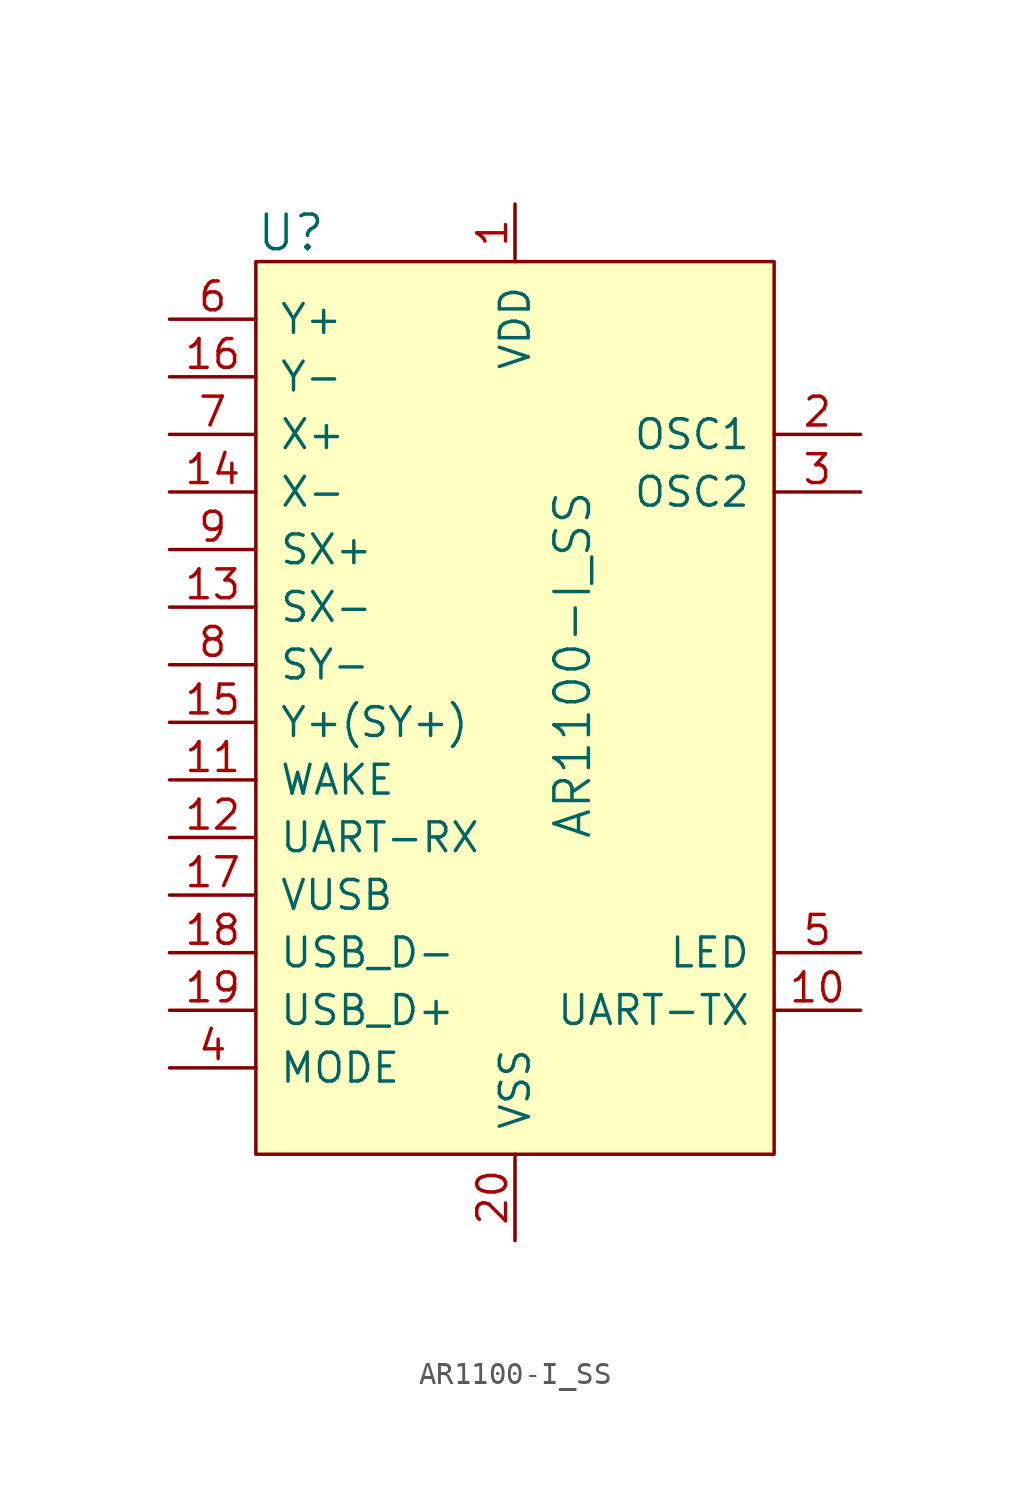
<source format=kicad_sym>
(kicad_symbol_lib
  (version 20220914)
  (generator kicad_symbol_editor)
  (symbol "AR1100-I_SS"
    (pin_names
      (offset 1.016))
    (property "Reference" "U"
      (at -11.43 19.05 0)
      (effects (font (size 1.524 1.524)) (justify left)))
    (property "Value" "AR1100-I_SS"
      (at 2.54 0 90)
      (effects (font (size 1.524 1.524))))
    (symbol "AR1100-I_SS_0_1"
      (rectangle (start -11.43 17.78) (end 11.43 -21.59) (stroke (width 0) (type default)) (fill (type background))))
    (symbol "AR1100-I_SS_1_1"
      (pin power_in line (at 0 20.32 270) (length 2.54) (name "VDD" (effects (font (size 1.27 1.27)))) (number "1" (effects (font (size 1.27 1.27)))))
      (pin output line (at 15.24 -15.24 180) (length 3.81) (name "UART-TX" (effects (font (size 1.27 1.27)))) (number "10" (effects (font (size 1.27 1.27)))))
      (pin input line (at -15.24 -5.08 0) (length 3.81) (name "WAKE" (effects (font (size 1.27 1.27)))) (number "11" (effects (font (size 1.27 1.27)))))
      (pin input line (at -15.24 -7.62 0) (length 3.81) (name "UART-RX" (effects (font (size 1.27 1.27)))) (number "12" (effects (font (size 1.27 1.27)))))
      (pin input line (at -15.24 2.54 0) (length 3.81) (name "SX-" (effects (font (size 1.27 1.27)))) (number "13" (effects (font (size 1.27 1.27)))))
      (pin input line (at -15.24 7.62 0) (length 3.81) (name "X-" (effects (font (size 1.27 1.27)))) (number "14" (effects (font (size 1.27 1.27)))))
      (pin input line (at -15.24 -2.54 0) (length 3.81) (name "Y+(SY+)" (effects (font (size 1.27 1.27)))) (number "15" (effects (font (size 1.27 1.27)))))
      (pin input line (at -15.24 12.7 0) (length 3.81) (name "Y-" (effects (font (size 1.27 1.27)))) (number "16" (effects (font (size 1.27 1.27)))))
      (pin input line (at -15.24 -10.16 0) (length 3.81) (name "VUSB" (effects (font (size 1.27 1.27)))) (number "17" (effects (font (size 1.27 1.27)))))
      (pin bidirectional line (at -15.24 -12.7 0) (length 3.81) (name "USB_D-" (effects (font (size 1.27 1.27)))) (number "18" (effects (font (size 1.27 1.27)))))
      (pin bidirectional line (at -15.24 -15.24 0) (length 3.81) (name "USB_D+" (effects (font (size 1.27 1.27)))) (number "19" (effects (font (size 1.27 1.27)))))
      (pin passive line (at 15.24 10.16 180) (length 3.81) (name "OSC1" (effects (font (size 1.27 1.27)))) (number "2" (effects (font (size 1.27 1.27)))))
      (pin power_in line (at 0 -25.4 90) (length 3.81) (name "VSS" (effects (font (size 1.27 1.27)))) (number "20" (effects (font (size 1.27 1.27)))))
      (pin passive line (at 15.24 7.62 180) (length 3.81) (name "OSC2" (effects (font (size 1.27 1.27)))) (number "3" (effects (font (size 1.27 1.27)))))
      (pin input line (at -15.24 -17.78 0) (length 3.81) (name "MODE" (effects (font (size 1.27 1.27)))) (number "4" (effects (font (size 1.27 1.27)))))
      (pin output line (at 15.24 -12.7 180) (length 3.81) (name "LED" (effects (font (size 1.27 1.27)))) (number "5" (effects (font (size 1.27 1.27)))))
      (pin input line (at -15.24 15.24 0) (length 3.81) (name "Y+" (effects (font (size 1.27 1.27)))) (number "6" (effects (font (size 1.27 1.27)))))
      (pin input line (at -15.24 10.16 0) (length 3.81) (name "X+" (effects (font (size 1.27 1.27)))) (number "7" (effects (font (size 1.27 1.27)))))
      (pin input line (at -15.24 0 0) (length 3.81) (name "SY-" (effects (font (size 1.27 1.27)))) (number "8" (effects (font (size 1.27 1.27)))))
      (pin input line (at -15.24 5.08 0) (length 3.81) (name "SX+" (effects (font (size 1.27 1.27)))) (number "9" (effects (font (size 1.27 1.27))))))))
</source>
